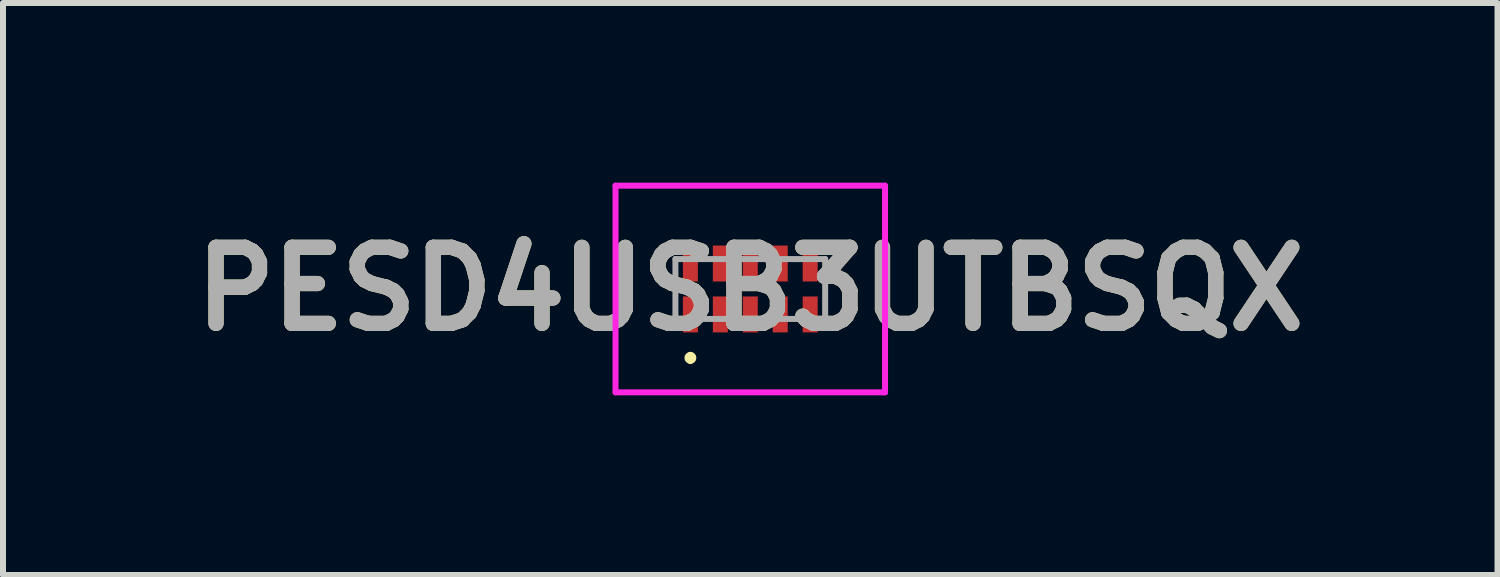
<source format=kicad_pcb>
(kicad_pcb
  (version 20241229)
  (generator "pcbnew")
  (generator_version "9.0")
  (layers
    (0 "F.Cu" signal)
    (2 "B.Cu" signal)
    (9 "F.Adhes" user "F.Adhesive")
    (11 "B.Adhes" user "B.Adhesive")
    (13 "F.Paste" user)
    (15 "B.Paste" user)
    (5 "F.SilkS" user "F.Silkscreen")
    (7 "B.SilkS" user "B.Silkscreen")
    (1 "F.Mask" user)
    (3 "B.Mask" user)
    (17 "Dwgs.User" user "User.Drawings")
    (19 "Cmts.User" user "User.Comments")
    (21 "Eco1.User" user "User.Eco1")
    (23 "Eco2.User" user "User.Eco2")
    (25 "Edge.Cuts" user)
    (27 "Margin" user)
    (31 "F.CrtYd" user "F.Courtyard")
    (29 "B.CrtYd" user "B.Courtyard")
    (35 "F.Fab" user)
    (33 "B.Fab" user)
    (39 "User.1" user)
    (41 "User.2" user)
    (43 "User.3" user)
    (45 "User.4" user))
  (footprint "PESD4USB3UTBSQX"
    (layer "F.Cu")
    (at 9.477 1.775)
    (property "Reference" "PESD4USB3UTBSQX" (at 0 0 0) (layer "F.SilkS") (effects (font (size 1.27 1.27) (thickness 0.254))))
    (attr smd)
    (fp_line (start -1 1.1) (end -1 1.1) (stroke (width 0.1) (type solid)) (layer "F.SilkS"))
    (fp_line (start -1 1.2) (end -1 1.2) (stroke (width 0.1) (type solid)) (layer "F.SilkS"))
    (fp_arc (start -1 1.1) (mid -0.95 1.15) (end -1 1.2) (stroke (width 0.1) (type solid)) (layer "F.SilkS"))
    (fp_arc (start -1 1.2) (mid -1.05 1.15) (end -1 1.1) (stroke (width 0.1) (type solid)) (layer "F.SilkS"))
    (fp_line (start -2.25 -1.725) (end 2.25 -1.725) (stroke (width 0.1) (type solid)) (layer "F.CrtYd"))
    (fp_line (start -2.25 1.725) (end -2.25 -1.725) (stroke (width 0.1) (type solid)) (layer "F.CrtYd"))
    (fp_line (start 2.25 -1.725) (end 2.25 1.725) (stroke (width 0.1) (type solid)) (layer "F.CrtYd"))
    (fp_line (start 2.25 1.725) (end -2.25 1.725) (stroke (width 0.1) (type solid)) (layer "F.CrtYd"))
    (fp_line (start -1.25 -0.5) (end 1.25 -0.5) (stroke (width 0.1) (type solid)) (layer "F.Fab"))
    (fp_line (start -1.25 0.5) (end -1.25 -0.5) (stroke (width 0.1) (type solid)) (layer "F.Fab"))
    (fp_line (start 1.25 -0.5) (end 1.25 0.5) (stroke (width 0.1) (type solid)) (layer "F.Fab"))
    (fp_line (start 1.25 0.5) (end -1.25 0.5) (stroke (width 0.1) (type solid)) (layer "F.Fab"))
    (fp_text user "${REFERENCE}" (at 0 0 0) (layer "F.Fab") (effects (font (size 1.27 1.27) (thickness 0.254))))
    (pad "1" smd rect (at -1 0.425) (size 0.25 0.6) (layers "F.Cu" "F.Mask" "F.Paste"))
    (pad "2" smd rect (at -0.5 0.425) (size 0.25 0.6) (layers "F.Cu" "F.Mask" "F.Paste"))
    (pad "3" smd rect (at 0 0.425) (size 0.25 0.6) (layers "F.Cu" "F.Mask" "F.Paste"))
    (pad "4" smd rect (at 0.5 0.425) (size 0.25 0.6) (layers "F.Cu" "F.Mask" "F.Paste"))
    (pad "5" smd rect (at 1 0.425) (size 0.25 0.6) (layers "F.Cu" "F.Mask" "F.Paste"))
    (pad "6" smd rect (at 1 -0.425) (size 0.25 0.6) (layers "F.Cu" "F.Mask" "F.Paste"))
    (pad "7" smd rect (at 0.5 -0.425) (size 0.25 0.6) (layers "F.Cu" "F.Mask" "F.Paste"))
    (pad "8" smd rect (at 0 -0.425) (size 0.25 0.6) (layers "F.Cu" "F.Mask" "F.Paste"))
    (pad "9" smd rect (at -0.5 -0.425) (size 0.25 0.6) (layers "F.Cu" "F.Mask" "F.Paste"))
    (pad "10" smd rect (at -1 -0.425) (size 0.25 0.6) (layers "F.Cu" "F.Mask" "F.Paste")))
  (gr_rect
    (start -3 -3)
    (end 21.953 6.55)
    (stroke (width 0.1) (type default))
    (fill no)
    (layer "Edge.Cuts")))
</source>
